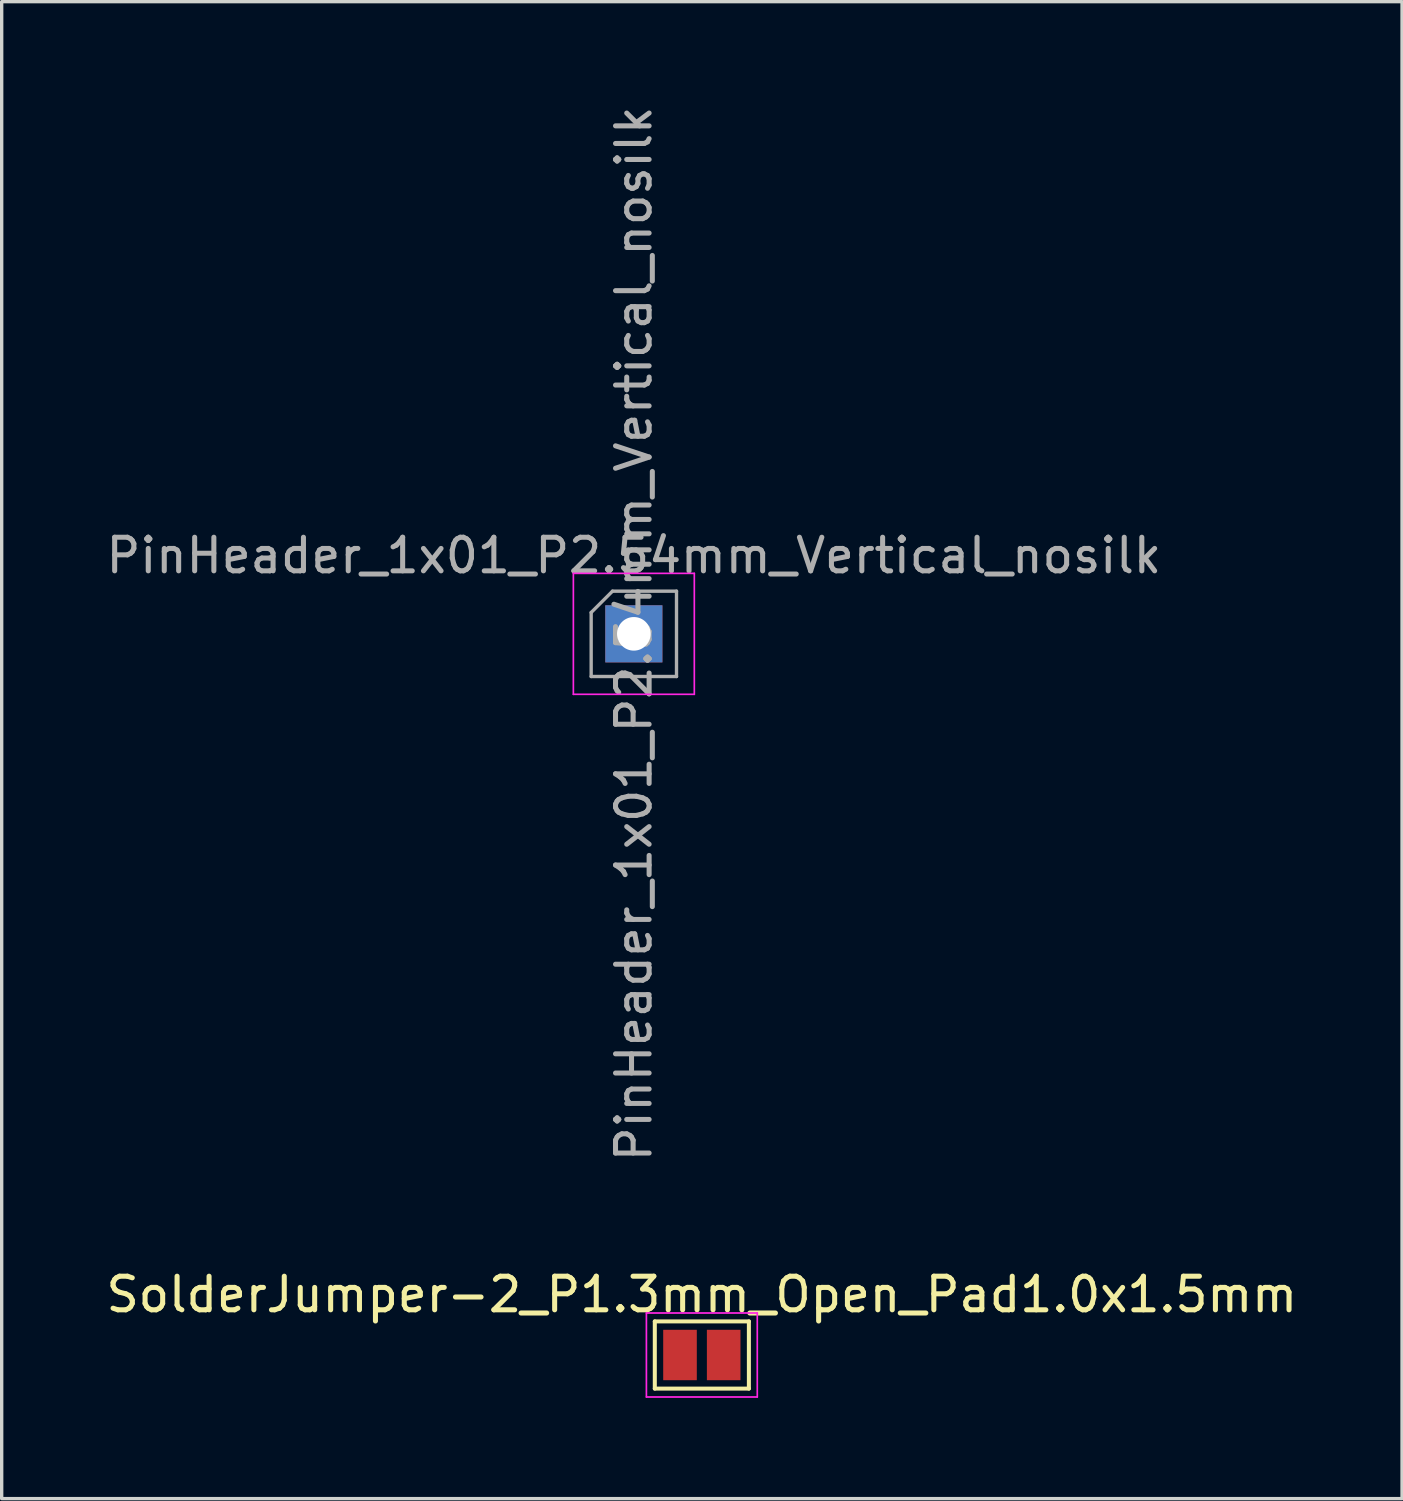
<source format=kicad_pcb>
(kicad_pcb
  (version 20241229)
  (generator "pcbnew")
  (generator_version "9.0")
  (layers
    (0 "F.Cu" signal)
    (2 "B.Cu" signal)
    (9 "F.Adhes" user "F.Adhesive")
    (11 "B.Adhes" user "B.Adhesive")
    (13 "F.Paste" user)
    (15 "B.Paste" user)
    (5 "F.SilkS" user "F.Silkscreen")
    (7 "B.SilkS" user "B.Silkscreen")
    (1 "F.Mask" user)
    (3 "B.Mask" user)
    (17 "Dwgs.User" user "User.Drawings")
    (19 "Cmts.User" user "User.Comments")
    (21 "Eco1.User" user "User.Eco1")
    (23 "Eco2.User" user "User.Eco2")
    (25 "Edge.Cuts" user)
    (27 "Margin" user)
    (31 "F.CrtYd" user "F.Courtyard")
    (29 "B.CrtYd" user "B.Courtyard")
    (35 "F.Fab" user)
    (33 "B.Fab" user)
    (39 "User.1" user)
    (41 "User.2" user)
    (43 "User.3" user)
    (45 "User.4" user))
  (footprint "SolderJumper-2_P1.3mm_Open_Pad1.0x1.5mm"
    (layer "F.Cu")
    (at 17.839 37.279)
    (property "Reference" "SolderJumper-2_P1.3mm_Open_Pad1.0x1.5mm" (at 0 -1.8 0) (layer "F.SilkS") (effects (font (size 1 1) (thickness 0.15))))
    (attr exclude_from_pos_files exclude_from_bom)
    (fp_poly (pts (xy 0.15 0.75) (xy -0.15 0.75) (xy -0.15 -0.75) (xy 0.15 -0.75)) (stroke (width 0) (type solid)) (fill yes) (layer "F.Mask"))
    (fp_line (start -1.4 -1) (end 1.4 -1) (stroke (width 0.12) (type solid)) (layer "F.SilkS"))
    (fp_line (start -1.4 1) (end -1.4 -1) (stroke (width 0.12) (type solid)) (layer "F.SilkS"))
    (fp_line (start 1.4 -1) (end 1.4 1) (stroke (width 0.12) (type solid)) (layer "F.SilkS"))
    (fp_line (start 1.4 1) (end -1.4 1) (stroke (width 0.12) (type solid)) (layer "F.SilkS"))
    (fp_line (start -1.65 -1.25) (end -1.65 1.25) (stroke (width 0.05) (type solid)) (layer "F.CrtYd"))
    (fp_line (start -1.65 -1.25) (end 1.65 -1.25) (stroke (width 0.05) (type solid)) (layer "F.CrtYd"))
    (fp_line (start 1.65 1.25) (end -1.65 1.25) (stroke (width 0.05) (type solid)) (layer "F.CrtYd"))
    (fp_line (start 1.65 1.25) (end 1.65 -1.25) (stroke (width 0.05) (type solid)) (layer "F.CrtYd"))
    (pad "1" smd rect (at -0.65 0) (size 1 1.5) (layers "F.Cu" "F.Mask"))
    (pad "2" smd rect (at 0.65 0) (size 1 1.5) (layers "F.Cu" "F.Mask")))
  (footprint "PinHeader_1x01_P2.54mm_Vertical_nosilk"
    (layer "F.Cu")
    (at 15.815 15.815)
    (property "Reference" "PinHeader_1x01_P2.54mm_Vertical_nosilk" (at 0 -2.33 0) (layer "F.Fab") (effects (font (size 1 1) (thickness 0.15))))
    (attr through_hole)
    (fp_line (start -1.8 -1.8) (end -1.8 1.8) (stroke (width 0.05) (type solid)) (layer "F.CrtYd"))
    (fp_line (start -1.8 1.8) (end 1.8 1.8) (stroke (width 0.05) (type solid)) (layer "F.CrtYd"))
    (fp_line (start 1.8 -1.8) (end -1.8 -1.8) (stroke (width 0.05) (type solid)) (layer "F.CrtYd"))
    (fp_line (start 1.8 1.8) (end 1.8 -1.8) (stroke (width 0.05) (type solid)) (layer "F.CrtYd"))
    (fp_line (start -1.27 -0.635) (end -0.635 -1.27) (stroke (width 0.1) (type solid)) (layer "F.Fab"))
    (fp_line (start -1.27 1.27) (end -1.27 -0.635) (stroke (width 0.1) (type solid)) (layer "F.Fab"))
    (fp_line (start -0.635 -1.27) (end 1.27 -1.27) (stroke (width 0.1) (type solid)) (layer "F.Fab"))
    (fp_line (start 1.27 -1.27) (end 1.27 1.27) (stroke (width 0.1) (type solid)) (layer "F.Fab"))
    (fp_line (start 1.27 1.27) (end -1.27 1.27) (stroke (width 0.1) (type solid)) (layer "F.Fab"))
    (fp_text user "${REFERENCE}" (at 0 0 90) (layer "F.Fab") (effects (font (size 1 1) (thickness 0.15))))
    (pad "1" thru_hole rect (at 0 0) (size 1.7 1.7) (drill 1) (layers "*.Cu" "*.Mask")))
  (gr_rect
    (start -3 -3)
    (end 38.679 41.554)
    (stroke (width 0.1) (type default))
    (fill no)
    (layer "Edge.Cuts")))
</source>
